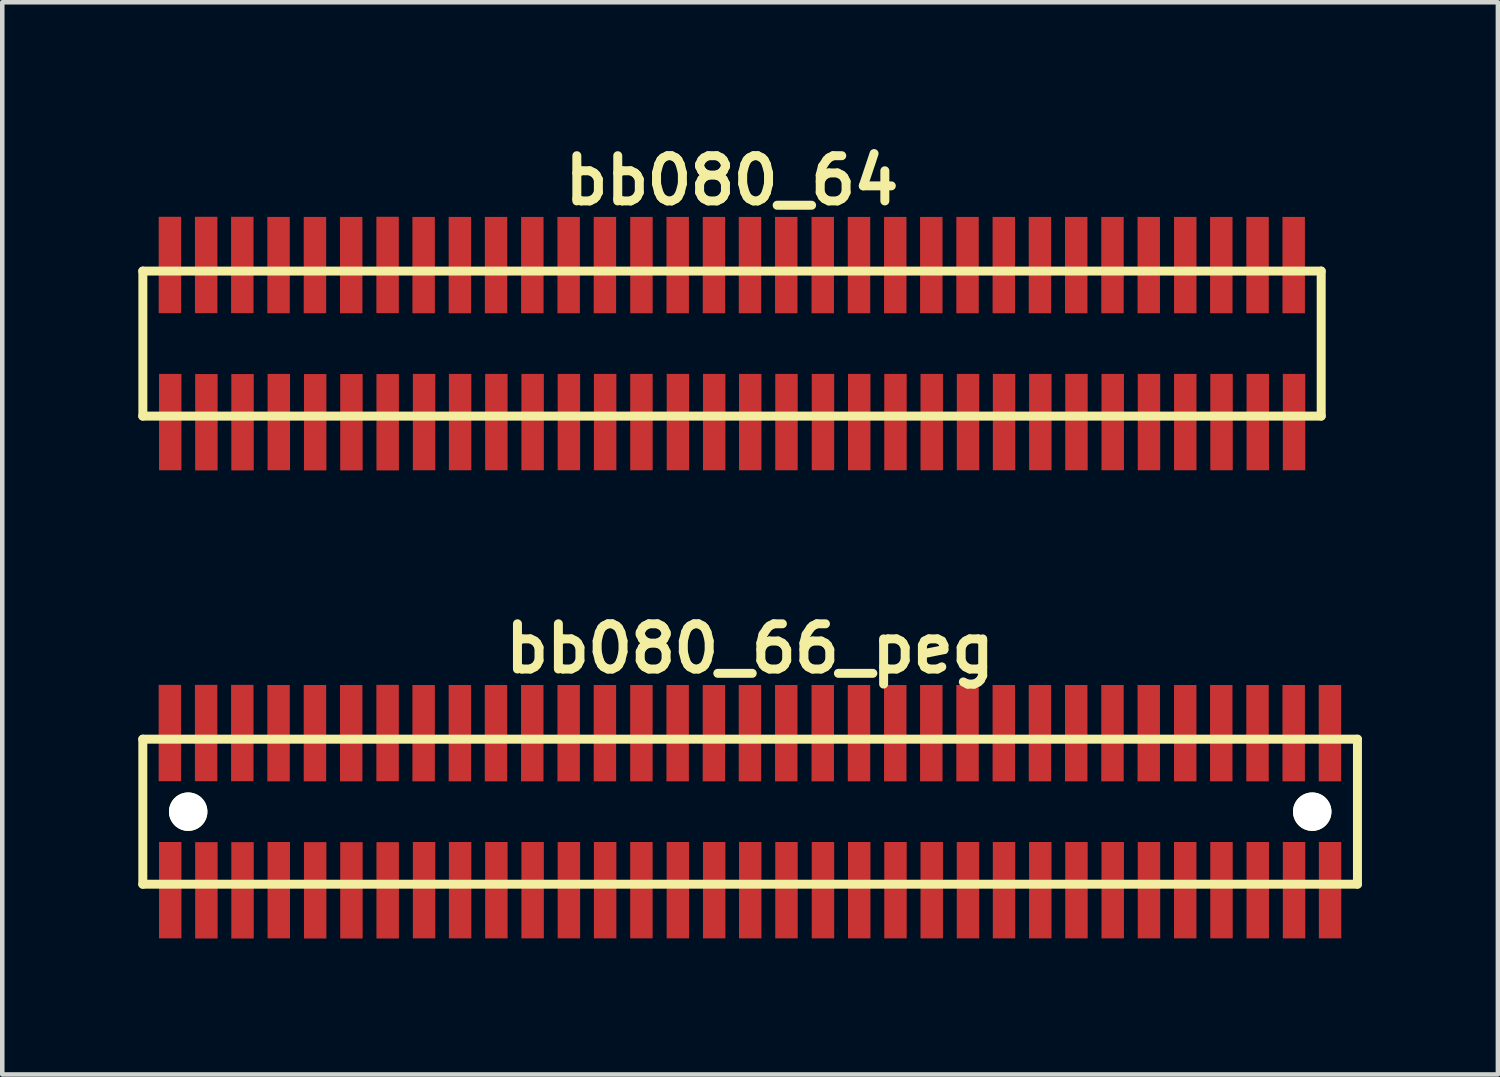
<source format=kicad_pcb>
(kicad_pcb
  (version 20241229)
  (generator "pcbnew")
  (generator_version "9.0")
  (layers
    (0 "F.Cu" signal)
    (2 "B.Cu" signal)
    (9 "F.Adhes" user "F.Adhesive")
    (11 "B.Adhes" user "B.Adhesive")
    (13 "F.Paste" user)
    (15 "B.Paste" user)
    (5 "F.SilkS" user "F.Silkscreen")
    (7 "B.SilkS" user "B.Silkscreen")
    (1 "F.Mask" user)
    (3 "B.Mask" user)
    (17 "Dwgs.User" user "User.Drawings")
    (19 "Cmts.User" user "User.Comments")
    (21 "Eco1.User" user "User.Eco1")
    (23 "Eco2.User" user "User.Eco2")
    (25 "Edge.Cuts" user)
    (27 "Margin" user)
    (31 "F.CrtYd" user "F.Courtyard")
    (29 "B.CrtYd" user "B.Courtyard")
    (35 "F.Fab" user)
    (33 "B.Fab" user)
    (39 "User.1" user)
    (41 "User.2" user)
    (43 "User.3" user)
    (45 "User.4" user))
  (footprint "bb080_66_peg"
    (layer "F.Cu")
    (at 13.5 14.859)
    (property "Reference" "bb080_66_peg" (at 0 -3.599 0) (layer "F.SilkS") (effects (font (size 0.998 0.998) (thickness 0.198))))
    (attr through_hole)
    (fp_line (start -13.401 1.6) (end 13.401 1.6) (stroke (width 0.198) (type solid)) (layer "F.SilkS"))
    (fp_line (start -13.399 -1.6) (end -13.399 1.6) (stroke (width 0.198) (type solid)) (layer "F.SilkS"))
    (fp_line (start 13.401 -1.6) (end -13.401 -1.6) (stroke (width 0.198) (type solid)) (layer "F.SilkS"))
    (fp_line (start 13.401 1.6) (end 13.401 -1.6) (stroke (width 0.198) (type solid)) (layer "F.SilkS"))
    (pad "" np_thru_hole circle (at -12.398 0) (size 0.848 0.848) (drill 0.848) (layers "*.Cu" "*.Mask" "F.SilkS"))
    (pad "" np_thru_hole circle (at 12.403 0) (size 0.848 0.848) (drill 0.848) (layers "*.Cu" "*.Mask" "F.SilkS"))
    (pad "1" smd rect (at -12.794 1.732) (size 0.495 2.126) (layers "F.Cu" "F.Mask" "F.Paste"))
    (pad "2" smd rect (at -12.802 -1.735) (size 0.495 2.126) (layers "F.Cu" "F.Mask" "F.Paste"))
    (pad "3" smd rect (at -11.996 1.735) (size 0.495 2.126) (layers "F.Cu" "F.Mask" "F.Paste"))
    (pad "4" smd rect (at -12.002 -1.735) (size 0.495 2.126) (layers "F.Cu" "F.Mask" "F.Paste"))
    (pad "5" smd rect (at -11.199 1.735) (size 0.495 2.126) (layers "F.Cu" "F.Mask" "F.Paste"))
    (pad "6" smd rect (at -11.204 -1.735) (size 0.495 2.126) (layers "F.Cu" "F.Mask" "F.Paste"))
    (pad "7" smd rect (at -10.399 1.732) (size 0.495 2.126) (layers "F.Cu" "F.Mask" "F.Paste"))
    (pad "8" smd rect (at -10.404 -1.732) (size 0.495 2.126) (layers "F.Cu" "F.Mask" "F.Paste"))
    (pad "9" smd rect (at -9.596 1.735) (size 0.495 2.126) (layers "F.Cu" "F.Mask" "F.Paste"))
    (pad "10" smd rect (at -9.601 -1.732) (size 0.495 2.126) (layers "F.Cu" "F.Mask" "F.Paste"))
    (pad "11" smd rect (at -8.796 1.735) (size 0.495 2.126) (layers "F.Cu" "F.Mask" "F.Paste"))
    (pad "12" smd rect (at -8.801 -1.732) (size 0.495 2.126) (layers "F.Cu" "F.Mask" "F.Paste"))
    (pad "13" smd rect (at -7.996 1.735) (size 0.495 2.126) (layers "F.Cu" "F.Mask" "F.Paste"))
    (pad "14" smd rect (at -7.998 -1.735) (size 0.495 2.126) (layers "F.Cu" "F.Mask" "F.Paste"))
    (pad "15" smd rect (at -7.193 1.732) (size 0.495 2.126) (layers "F.Cu" "F.Mask" "F.Paste"))
    (pad "16" smd rect (at -7.203 -1.732) (size 0.495 2.126) (layers "F.Cu" "F.Mask" "F.Paste"))
    (pad "17" smd rect (at -6.398 1.732) (size 0.495 2.126) (layers "F.Cu" "F.Mask" "F.Paste"))
    (pad "18" smd rect (at -6.403 -1.732) (size 0.495 2.126) (layers "F.Cu" "F.Mask" "F.Paste"))
    (pad "19" smd rect (at -5.598 1.732) (size 0.495 2.126) (layers "F.Cu" "F.Mask" "F.Paste"))
    (pad "20" smd rect (at -5.606 -1.732) (size 0.495 2.126) (layers "F.Cu" "F.Mask" "F.Paste"))
    (pad "21" smd rect (at -4.798 1.732) (size 0.495 2.126) (layers "F.Cu" "F.Mask" "F.Paste"))
    (pad "22" smd rect (at -4.806 -1.732) (size 0.495 2.126) (layers "F.Cu" "F.Mask" "F.Paste"))
    (pad "23" smd rect (at -3.998 1.732) (size 0.495 2.126) (layers "F.Cu" "F.Mask" "F.Paste"))
    (pad "24" smd rect (at -4.003 -1.732) (size 0.495 2.126) (layers "F.Cu" "F.Mask" "F.Paste"))
    (pad "25" smd rect (at -3.198 1.732) (size 0.495 2.126) (layers "F.Cu" "F.Mask" "F.Paste"))
    (pad "26" smd rect (at -3.203 -1.732) (size 0.495 2.126) (layers "F.Cu" "F.Mask" "F.Paste"))
    (pad "27" smd rect (at -2.398 1.732) (size 0.495 2.126) (layers "F.Cu" "F.Mask" "F.Paste"))
    (pad "28" smd rect (at -2.398 -1.732) (size 0.495 2.126) (layers "F.Cu" "F.Mask" "F.Paste"))
    (pad "29" smd rect (at -1.593 1.732) (size 0.495 2.126) (layers "F.Cu" "F.Mask" "F.Paste"))
    (pad "30" smd rect (at -1.598 -1.732) (size 0.495 2.126) (layers "F.Cu" "F.Mask" "F.Paste"))
    (pad "31" smd rect (at -0.792 1.732) (size 0.495 2.126) (layers "F.Cu" "F.Mask" "F.Paste"))
    (pad "32" smd rect (at -0.798 -1.732) (size 0.495 2.126) (layers "F.Cu" "F.Mask" "F.Paste"))
    (pad "33" smd rect (at 0.003 1.732) (size 0.495 2.126) (layers "F.Cu" "F.Mask" "F.Paste"))
    (pad "34" smd rect (at -0.003 -1.732) (size 0.495 2.126) (layers "F.Cu" "F.Mask" "F.Paste"))
    (pad "35" smd rect (at 0.803 1.732) (size 0.495 2.126) (layers "F.Cu" "F.Mask" "F.Paste"))
    (pad "36" smd rect (at 0.798 -1.732) (size 0.495 2.126) (layers "F.Cu" "F.Mask" "F.Paste"))
    (pad "37" smd rect (at 1.608 1.732) (size 0.495 2.126) (layers "F.Cu" "F.Mask" "F.Paste"))
    (pad "38" smd rect (at 1.603 -1.732) (size 0.495 2.126) (layers "F.Cu" "F.Mask" "F.Paste"))
    (pad "39" smd rect (at 2.408 1.732) (size 0.495 2.126) (layers "F.Cu" "F.Mask" "F.Paste"))
    (pad "40" smd rect (at 2.403 -1.732) (size 0.495 2.126) (layers "F.Cu" "F.Mask" "F.Paste"))
    (pad "41" smd rect (at 3.208 1.732) (size 0.495 2.126) (layers "F.Cu" "F.Mask" "F.Paste"))
    (pad "42" smd rect (at 3.203 -1.732) (size 0.495 2.126) (layers "F.Cu" "F.Mask" "F.Paste"))
    (pad "43" smd rect (at 4.008 1.732) (size 0.495 2.126) (layers "F.Cu" "F.Mask" "F.Paste"))
    (pad "44" smd rect (at 3.998 -1.732) (size 0.495 2.126) (layers "F.Cu" "F.Mask" "F.Paste"))
    (pad "45" smd rect (at 4.808 1.732) (size 0.495 2.126) (layers "F.Cu" "F.Mask" "F.Paste"))
    (pad "46" smd rect (at 4.798 -1.732) (size 0.495 2.126) (layers "F.Cu" "F.Mask" "F.Paste"))
    (pad "47" smd rect (at 5.603 1.732) (size 0.495 2.126) (layers "F.Cu" "F.Mask" "F.Paste"))
    (pad "48" smd rect (at 5.598 -1.732) (size 0.495 2.126) (layers "F.Cu" "F.Mask" "F.Paste"))
    (pad "49" smd rect (at 6.403 1.732) (size 0.495 2.126) (layers "F.Cu" "F.Mask" "F.Paste"))
    (pad "50" smd rect (at 6.396 -1.732) (size 0.495 2.126) (layers "F.Cu" "F.Mask" "F.Paste"))
    (pad "51" smd rect (at 7.201 1.732) (size 0.495 2.126) (layers "F.Cu" "F.Mask" "F.Paste"))
    (pad "52" smd rect (at 7.196 -1.732) (size 0.495 2.126) (layers "F.Cu" "F.Mask" "F.Paste"))
    (pad "53" smd rect (at 8.001 1.732) (size 0.495 2.126) (layers "F.Cu" "F.Mask" "F.Paste"))
    (pad "54" smd rect (at 7.996 -1.732) (size 0.495 2.126) (layers "F.Cu" "F.Mask" "F.Paste"))
    (pad "55" smd rect (at 8.801 1.732) (size 0.495 2.126) (layers "F.Cu" "F.Mask" "F.Paste"))
    (pad "56" smd rect (at 8.796 -1.732) (size 0.495 2.126) (layers "F.Cu" "F.Mask" "F.Paste"))
    (pad "57" smd rect (at 9.601 1.732) (size 0.495 2.126) (layers "F.Cu" "F.Mask" "F.Paste"))
    (pad "58" smd rect (at 9.601 -1.732) (size 0.495 2.126) (layers "F.Cu" "F.Mask" "F.Paste"))
    (pad "59" smd rect (at 10.401 1.732) (size 0.495 2.126) (layers "F.Cu" "F.Mask" "F.Paste"))
    (pad "60" smd rect (at 10.396 -1.732) (size 0.495 2.126) (layers "F.Cu" "F.Mask" "F.Paste"))
    (pad "61" smd rect (at 11.201 1.732) (size 0.495 2.126) (layers "F.Cu" "F.Mask" "F.Paste"))
    (pad "62" smd rect (at 11.196 -1.732) (size 0.495 2.126) (layers "F.Cu" "F.Mask" "F.Paste"))
    (pad "63" smd rect (at 12.002 1.732) (size 0.495 2.126) (layers "F.Cu" "F.Mask" "F.Paste"))
    (pad "64" smd rect (at 11.994 -1.732) (size 0.495 2.126) (layers "F.Cu" "F.Mask" "F.Paste"))
    (pad "65" smd rect (at 12.797 1.732) (size 0.495 2.126) (layers "F.Cu" "F.Mask" "F.Paste"))
    (pad "66" smd rect (at 12.794 -1.732) (size 0.495 2.126) (layers "F.Cu" "F.Mask" "F.Paste")))
  (footprint "bb080_64"
    (layer "F.Cu")
    (at 13.099 4.531)
    (property "Reference" "bb080_64" (at 0 -3.599 0) (layer "F.SilkS") (effects (font (size 0.998 0.998) (thickness 0.198))))
    (attr through_hole)
    (fp_line (start -13 1.6) (end 13.002 1.6) (stroke (width 0.198) (type solid)) (layer "F.SilkS"))
    (fp_line (start -12.997 -1.6) (end -12.997 1.6) (stroke (width 0.198) (type solid)) (layer "F.SilkS"))
    (fp_line (start 13.002 -1.6) (end -13 -1.6) (stroke (width 0.198) (type solid)) (layer "F.SilkS"))
    (fp_line (start 13.002 1.6) (end 13.002 -1.6) (stroke (width 0.198) (type solid)) (layer "F.SilkS"))
    (pad "1" smd rect (at -12.393 1.732) (size 0.495 2.126) (layers "F.Cu" "F.Mask" "F.Paste"))
    (pad "2" smd rect (at -12.4 -1.735) (size 0.495 2.126) (layers "F.Cu" "F.Mask" "F.Paste"))
    (pad "3" smd rect (at -11.595 1.735) (size 0.495 2.126) (layers "F.Cu" "F.Mask" "F.Paste"))
    (pad "4" smd rect (at -11.6 -1.735) (size 0.495 2.126) (layers "F.Cu" "F.Mask" "F.Paste"))
    (pad "5" smd rect (at -10.798 1.735) (size 0.495 2.126) (layers "F.Cu" "F.Mask" "F.Paste"))
    (pad "6" smd rect (at -10.803 -1.735) (size 0.495 2.126) (layers "F.Cu" "F.Mask" "F.Paste"))
    (pad "7" smd rect (at -9.997 1.732) (size 0.495 2.126) (layers "F.Cu" "F.Mask" "F.Paste"))
    (pad "8" smd rect (at -10.003 -1.732) (size 0.495 2.126) (layers "F.Cu" "F.Mask" "F.Paste"))
    (pad "9" smd rect (at -9.195 1.735) (size 0.495 2.126) (layers "F.Cu" "F.Mask" "F.Paste"))
    (pad "10" smd rect (at -9.2 -1.732) (size 0.495 2.126) (layers "F.Cu" "F.Mask" "F.Paste"))
    (pad "11" smd rect (at -8.395 1.735) (size 0.495 2.126) (layers "F.Cu" "F.Mask" "F.Paste"))
    (pad "12" smd rect (at -8.4 -1.732) (size 0.495 2.126) (layers "F.Cu" "F.Mask" "F.Paste"))
    (pad "13" smd rect (at -7.595 1.735) (size 0.495 2.126) (layers "F.Cu" "F.Mask" "F.Paste"))
    (pad "14" smd rect (at -7.597 -1.735) (size 0.495 2.126) (layers "F.Cu" "F.Mask" "F.Paste"))
    (pad "15" smd rect (at -6.792 1.732) (size 0.495 2.126) (layers "F.Cu" "F.Mask" "F.Paste"))
    (pad "16" smd rect (at -6.802 -1.732) (size 0.495 2.126) (layers "F.Cu" "F.Mask" "F.Paste"))
    (pad "17" smd rect (at -5.997 1.732) (size 0.495 2.126) (layers "F.Cu" "F.Mask" "F.Paste"))
    (pad "18" smd rect (at -6.002 -1.732) (size 0.495 2.126) (layers "F.Cu" "F.Mask" "F.Paste"))
    (pad "19" smd rect (at -5.197 1.732) (size 0.495 2.126) (layers "F.Cu" "F.Mask" "F.Paste"))
    (pad "20" smd rect (at -5.204 -1.732) (size 0.495 2.126) (layers "F.Cu" "F.Mask" "F.Paste"))
    (pad "21" smd rect (at -4.397 1.732) (size 0.495 2.126) (layers "F.Cu" "F.Mask" "F.Paste"))
    (pad "22" smd rect (at -4.404 -1.732) (size 0.495 2.126) (layers "F.Cu" "F.Mask" "F.Paste"))
    (pad "23" smd rect (at -3.597 1.732) (size 0.495 2.126) (layers "F.Cu" "F.Mask" "F.Paste"))
    (pad "24" smd rect (at -3.602 -1.732) (size 0.495 2.126) (layers "F.Cu" "F.Mask" "F.Paste"))
    (pad "25" smd rect (at -2.797 1.732) (size 0.495 2.126) (layers "F.Cu" "F.Mask" "F.Paste"))
    (pad "26" smd rect (at -2.802 -1.732) (size 0.495 2.126) (layers "F.Cu" "F.Mask" "F.Paste"))
    (pad "27" smd rect (at -1.996 1.732) (size 0.495 2.126) (layers "F.Cu" "F.Mask" "F.Paste"))
    (pad "28" smd rect (at -1.996 -1.732) (size 0.495 2.126) (layers "F.Cu" "F.Mask" "F.Paste"))
    (pad "29" smd rect (at -1.191 1.732) (size 0.495 2.126) (layers "F.Cu" "F.Mask" "F.Paste"))
    (pad "30" smd rect (at -1.196 -1.732) (size 0.495 2.126) (layers "F.Cu" "F.Mask" "F.Paste"))
    (pad "31" smd rect (at -0.391 1.732) (size 0.495 2.126) (layers "F.Cu" "F.Mask" "F.Paste"))
    (pad "32" smd rect (at -0.396 -1.732) (size 0.495 2.126) (layers "F.Cu" "F.Mask" "F.Paste"))
    (pad "33" smd rect (at 0.404 1.732) (size 0.495 2.126) (layers "F.Cu" "F.Mask" "F.Paste"))
    (pad "34" smd rect (at 0.399 -1.732) (size 0.495 2.126) (layers "F.Cu" "F.Mask" "F.Paste"))
    (pad "35" smd rect (at 1.204 1.732) (size 0.495 2.126) (layers "F.Cu" "F.Mask" "F.Paste"))
    (pad "36" smd rect (at 1.199 -1.732) (size 0.495 2.126) (layers "F.Cu" "F.Mask" "F.Paste"))
    (pad "37" smd rect (at 2.009 1.732) (size 0.495 2.126) (layers "F.Cu" "F.Mask" "F.Paste"))
    (pad "38" smd rect (at 2.004 -1.732) (size 0.495 2.126) (layers "F.Cu" "F.Mask" "F.Paste"))
    (pad "39" smd rect (at 2.809 1.732) (size 0.495 2.126) (layers "F.Cu" "F.Mask" "F.Paste"))
    (pad "40" smd rect (at 2.804 -1.732) (size 0.495 2.126) (layers "F.Cu" "F.Mask" "F.Paste"))
    (pad "41" smd rect (at 3.609 1.732) (size 0.495 2.126) (layers "F.Cu" "F.Mask" "F.Paste"))
    (pad "42" smd rect (at 3.604 -1.732) (size 0.495 2.126) (layers "F.Cu" "F.Mask" "F.Paste"))
    (pad "43" smd rect (at 4.409 1.732) (size 0.495 2.126) (layers "F.Cu" "F.Mask" "F.Paste"))
    (pad "44" smd rect (at 4.399 -1.732) (size 0.495 2.126) (layers "F.Cu" "F.Mask" "F.Paste"))
    (pad "45" smd rect (at 5.21 1.732) (size 0.495 2.126) (layers "F.Cu" "F.Mask" "F.Paste"))
    (pad "46" smd rect (at 5.199 -1.732) (size 0.495 2.126) (layers "F.Cu" "F.Mask" "F.Paste"))
    (pad "47" smd rect (at 6.005 1.732) (size 0.495 2.126) (layers "F.Cu" "F.Mask" "F.Paste"))
    (pad "48" smd rect (at 5.999 -1.732) (size 0.495 2.126) (layers "F.Cu" "F.Mask" "F.Paste"))
    (pad "49" smd rect (at 6.805 1.732) (size 0.495 2.126) (layers "F.Cu" "F.Mask" "F.Paste"))
    (pad "50" smd rect (at 6.797 -1.732) (size 0.495 2.126) (layers "F.Cu" "F.Mask" "F.Paste"))
    (pad "51" smd rect (at 7.602 1.732) (size 0.495 2.126) (layers "F.Cu" "F.Mask" "F.Paste"))
    (pad "52" smd rect (at 7.597 -1.732) (size 0.495 2.126) (layers "F.Cu" "F.Mask" "F.Paste"))
    (pad "53" smd rect (at 8.402 1.732) (size 0.495 2.126) (layers "F.Cu" "F.Mask" "F.Paste"))
    (pad "54" smd rect (at 8.397 -1.732) (size 0.495 2.126) (layers "F.Cu" "F.Mask" "F.Paste"))
    (pad "55" smd rect (at 9.202 1.732) (size 0.495 2.126) (layers "F.Cu" "F.Mask" "F.Paste"))
    (pad "56" smd rect (at 9.197 -1.732) (size 0.495 2.126) (layers "F.Cu" "F.Mask" "F.Paste"))
    (pad "57" smd rect (at 10.003 1.732) (size 0.495 2.126) (layers "F.Cu" "F.Mask" "F.Paste"))
    (pad "58" smd rect (at 10.003 -1.732) (size 0.495 2.126) (layers "F.Cu" "F.Mask" "F.Paste"))
    (pad "59" smd rect (at 10.803 1.732) (size 0.495 2.126) (layers "F.Cu" "F.Mask" "F.Paste"))
    (pad "60" smd rect (at 10.798 -1.732) (size 0.495 2.126) (layers "F.Cu" "F.Mask" "F.Paste"))
    (pad "61" smd rect (at 11.603 1.732) (size 0.495 2.126) (layers "F.Cu" "F.Mask" "F.Paste"))
    (pad "62" smd rect (at 11.598 -1.732) (size 0.495 2.126) (layers "F.Cu" "F.Mask" "F.Paste"))
    (pad "63" smd rect (at 12.403 1.732) (size 0.495 2.126) (layers "F.Cu" "F.Mask" "F.Paste"))
    (pad "64" smd rect (at 12.395 -1.732) (size 0.495 2.126) (layers "F.Cu" "F.Mask" "F.Paste")))
  (gr_rect
    (start -3 -3)
    (end 30 20.657)
    (stroke (width 0.1) (type default))
    (fill no)
    (layer "Edge.Cuts")))
</source>
